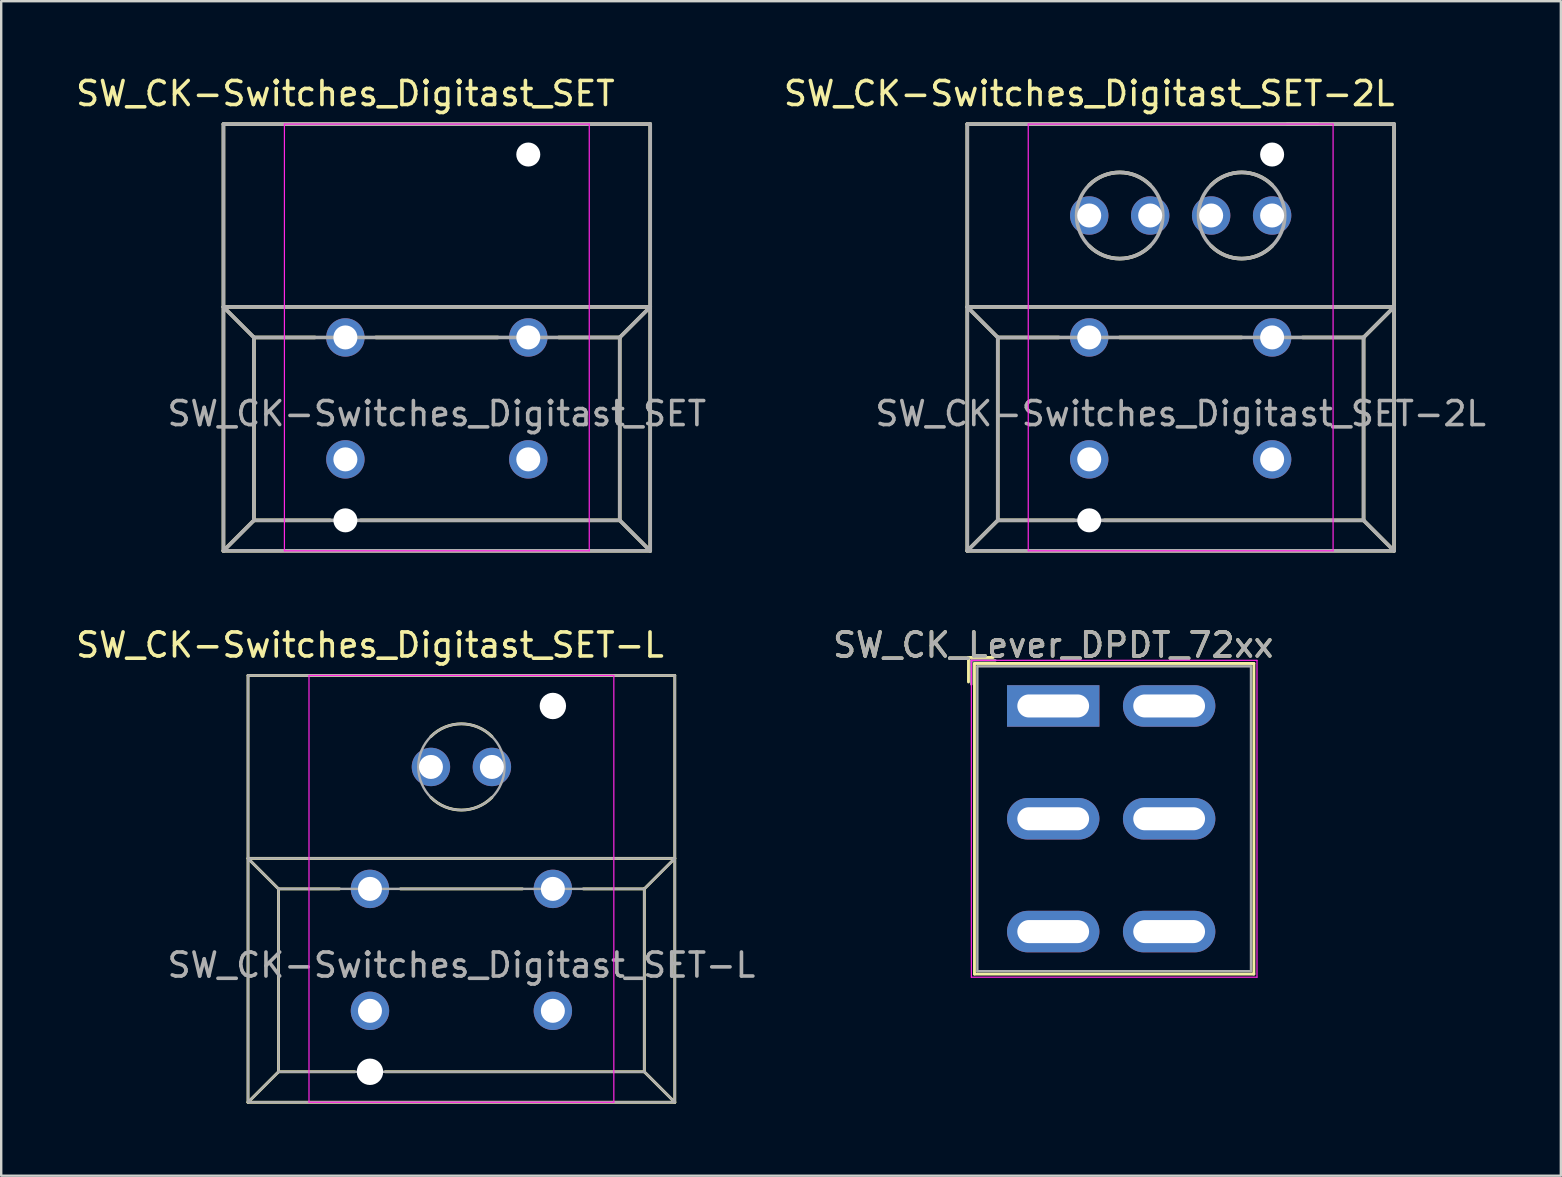
<source format=kicad_pcb>
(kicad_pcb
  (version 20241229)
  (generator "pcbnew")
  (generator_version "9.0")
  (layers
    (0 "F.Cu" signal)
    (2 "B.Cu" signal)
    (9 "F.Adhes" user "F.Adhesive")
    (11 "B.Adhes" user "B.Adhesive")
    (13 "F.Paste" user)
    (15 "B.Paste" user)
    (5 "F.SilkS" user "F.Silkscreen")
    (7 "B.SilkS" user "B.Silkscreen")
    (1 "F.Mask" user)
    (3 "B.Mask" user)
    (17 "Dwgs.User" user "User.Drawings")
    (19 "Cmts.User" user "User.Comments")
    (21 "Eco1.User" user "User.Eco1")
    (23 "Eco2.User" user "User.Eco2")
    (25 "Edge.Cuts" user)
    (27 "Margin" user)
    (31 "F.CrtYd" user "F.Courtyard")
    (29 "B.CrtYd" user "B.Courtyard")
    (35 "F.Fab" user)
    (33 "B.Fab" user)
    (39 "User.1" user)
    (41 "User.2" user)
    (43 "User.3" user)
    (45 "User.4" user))
  (footprint "SW_CK_Lever_DPDT_72xx"
    (layer "F.Cu")
    (at 40.828 26.361)
    (property "Reference" "SW_CK_Lever_DPDT_72xx" (at 0 -2.54 180) (layer "F.SilkS") (effects (font (size 1 1) (thickness 0.15))))
    (attr through_hole)
    (fp_line (start -3.53 -2.02) (end -3.53 -1) (stroke (width 0.12) (type solid)) (layer "F.SilkS"))
    (fp_line (start -3.53 -2.02) (end -2.5 -2.02) (stroke (width 0.12) (type solid)) (layer "F.SilkS"))
    (fp_line (start -3.28 -1.77) (end -3.28 11.17) (stroke (width 0.12) (type solid)) (layer "F.SilkS"))
    (fp_line (start -3.28 -1.77) (end 8.36 -1.77) (stroke (width 0.12) (type solid)) (layer "F.SilkS"))
    (fp_line (start -3.28 11.17) (end 8.36 11.17) (stroke (width 0.12) (type solid)) (layer "F.SilkS"))
    (fp_line (start 8.36 -1.77) (end 8.36 11.17) (stroke (width 0.12) (type solid)) (layer "F.SilkS"))
    (fp_line (start -3.41 -1.9) (end -3.41 11.3) (stroke (width 0.05) (type solid)) (layer "F.CrtYd"))
    (fp_line (start -3.41 -1.9) (end 8.49 -1.9) (stroke (width 0.05) (type solid)) (layer "F.CrtYd"))
    (fp_line (start -3.41 11.3) (end 8.49 11.3) (stroke (width 0.05) (type solid)) (layer "F.CrtYd"))
    (fp_line (start 8.49 -1.9) (end 8.49 11.3) (stroke (width 0.05) (type solid)) (layer "F.CrtYd"))
    (fp_line (start -3.41 -1.9) (end -3.41 -0.9) (stroke (width 0.1) (type solid)) (layer "F.Fab"))
    (fp_line (start -3.41 -1.9) (end -2.41 -1.9) (stroke (width 0.1) (type solid)) (layer "F.Fab"))
    (fp_line (start -3.16 -1.65) (end -3.16 11.05) (stroke (width 0.1) (type solid)) (layer "F.Fab"))
    (fp_line (start -3.16 -1.65) (end 8.24 -1.65) (stroke (width 0.1) (type solid)) (layer "F.Fab"))
    (fp_line (start -3.16 11.05) (end 8.24 11.05) (stroke (width 0.1) (type solid)) (layer "F.Fab"))
    (fp_line (start 8.24 -1.65) (end 8.24 11.05) (stroke (width 0.1) (type solid)) (layer "F.Fab"))
    (fp_text user "${REFERENCE}" (at 0 -2.54 180) (layer "F.Fab") (effects (font (size 1 1) (thickness 0.15))))
    (pad "1" thru_hole rect (at 0 0) (size 3.85 1.73) (drill oval 2.99 0.96) (layers "*.Cu" "*.Mask"))
    (pad "2" thru_hole oval (at 0 4.7) (size 3.85 1.73) (drill oval 2.99 0.96) (layers "*.Cu" "*.Mask"))
    (pad "3" thru_hole oval (at 0 9.4) (size 3.85 1.73) (drill oval 2.99 0.96) (layers "*.Cu" "*.Mask"))
    (pad "4" thru_hole oval (at 4.83 0) (size 3.85 1.73) (drill oval 2.99 0.96) (layers "*.Cu" "*.Mask"))
    (pad "5" thru_hole oval (at 4.83 4.7) (size 3.85 1.73) (drill oval 2.99 0.96) (layers "*.Cu" "*.Mask"))
    (pad "6" thru_hole oval (at 4.83 9.4) (size 3.85 1.73) (drill oval 2.99 0.96) (layers "*.Cu" "*.Mask")))
  (footprint "SW_CK-Switches_Digitast_SET-L"
    (layer "F.Cu")
    (at 19.983 39.062)
    (property "Reference" "SW_CK-Switches_Digitast_SET-L" (at -7.62 -15.24 0) (layer "F.SilkS") (effects (font (size 1 1) (thickness 0.15))))
    (attr through_hole)
    (fp_line (start -12.7 -13.97) (end -12.7 3.81) (stroke (width 0.12) (type solid)) (layer "F.SilkS"))
    (fp_line (start -12.7 -6.35) (end 5.08 -6.35) (stroke (width 0.12) (type solid)) (layer "F.SilkS"))
    (fp_line (start -12.7 3.81) (end 5.08 3.81) (stroke (width 0.12) (type solid)) (layer "F.SilkS"))
    (fp_line (start -11.43 -5.08) (end -12.7 -6.35) (stroke (width 0.12) (type solid)) (layer "F.SilkS"))
    (fp_line (start -11.43 -5.08) (end -11.43 2.54) (stroke (width 0.12) (type solid)) (layer "F.SilkS"))
    (fp_line (start -11.43 2.54) (end -12.7 3.81) (stroke (width 0.12) (type solid)) (layer "F.SilkS"))
    (fp_line (start -11.43 2.54) (end -8.255 2.54) (stroke (width 0.12) (type solid)) (layer "F.SilkS"))
    (fp_line (start -8.89 -5.08) (end -11.43 -5.08) (stroke (width 0.12) (type solid)) (layer "F.SilkS"))
    (fp_line (start -6.985 2.54) (end 3.81 2.54) (stroke (width 0.12) (type solid)) (layer "F.SilkS"))
    (fp_line (start -1.27 -5.08) (end -6.35 -5.08) (stroke (width 0.12) (type solid)) (layer "F.SilkS"))
    (fp_line (start 1.27 -5.08) (end 3.81 -5.08) (stroke (width 0.12) (type solid)) (layer "F.SilkS"))
    (fp_line (start 3.81 -5.08) (end 5.08 -6.35) (stroke (width 0.12) (type solid)) (layer "F.SilkS"))
    (fp_line (start 3.81 2.54) (end 3.81 -5.08) (stroke (width 0.12) (type solid)) (layer "F.SilkS"))
    (fp_line (start 3.81 2.54) (end 5.08 3.81) (stroke (width 0.12) (type solid)) (layer "F.SilkS"))
    (fp_line (start 5.08 -13.97) (end -12.7 -13.97) (stroke (width 0.12) (type solid)) (layer "F.SilkS"))
    (fp_line (start 5.08 3.81) (end 5.08 -13.97) (stroke (width 0.12) (type solid)) (layer "F.SilkS"))
    (fp_arc (start -5.08 -11.43) (mid -3.81 -11.956051) (end -2.54 -11.43) (stroke (width 0.12) (type solid)) (layer "F.SilkS"))
    (fp_arc (start -2.54 -8.89) (mid -3.81 -8.363949) (end -5.08 -8.89) (stroke (width 0.12) (type solid)) (layer "F.SilkS"))
    (fp_line (start -10.16 -13.97) (end 2.54 -13.97) (stroke (width 0.05) (type solid)) (layer "F.CrtYd"))
    (fp_line (start -10.16 3.81) (end -10.16 -13.97) (stroke (width 0.05) (type solid)) (layer "F.CrtYd"))
    (fp_line (start 2.54 -13.97) (end 2.54 3.81) (stroke (width 0.05) (type solid)) (layer "F.CrtYd"))
    (fp_line (start 2.54 3.81) (end -10.16 3.81) (stroke (width 0.05) (type solid)) (layer "F.CrtYd"))
    (fp_line (start -12.7 -13.97) (end -12.7 3.81) (stroke (width 0.1) (type solid)) (layer "F.Fab"))
    (fp_line (start -12.7 -6.35) (end -11.43 -5.08) (stroke (width 0.1) (type solid)) (layer "F.Fab"))
    (fp_line (start -12.7 -6.35) (end 5.08 -6.35) (stroke (width 0.1) (type solid)) (layer "F.Fab"))
    (fp_line (start -12.7 3.81) (end -11.43 2.54) (stroke (width 0.1) (type solid)) (layer "F.Fab"))
    (fp_line (start -12.7 3.81) (end 5.08 3.81) (stroke (width 0.1) (type solid)) (layer "F.Fab"))
    (fp_line (start -11.43 -5.08) (end -11.43 2.54) (stroke (width 0.1) (type solid)) (layer "F.Fab"))
    (fp_line (start -11.43 -5.08) (end 3.81 -5.08) (stroke (width 0.1) (type solid)) (layer "F.Fab"))
    (fp_line (start -11.43 2.54) (end 3.81 2.54) (stroke (width 0.1) (type solid)) (layer "F.Fab"))
    (fp_line (start 3.81 -5.08) (end 3.81 2.54) (stroke (width 0.1) (type solid)) (layer "F.Fab"))
    (fp_line (start 3.81 -5.08) (end 5.08 -6.35) (stroke (width 0.1) (type solid)) (layer "F.Fab"))
    (fp_line (start 3.81 2.54) (end 5.08 3.81) (stroke (width 0.1) (type solid)) (layer "F.Fab"))
    (fp_line (start 5.08 -13.97) (end -12.7 -13.97) (stroke (width 0.1) (type solid)) (layer "F.Fab"))
    (fp_line (start 5.08 3.81) (end 5.08 -13.97) (stroke (width 0.1) (type solid)) (layer "F.Fab"))
    (fp_circle (center -3.81 -10.16) (end -2.54 -8.89) (stroke (width 0.1) (type solid)) (fill no) (layer "F.Fab"))
    (fp_text user "${REFERENCE}" (at -3.81 -1.905 0) (layer "F.Fab") (effects (font (size 1 1) (thickness 0.15))))
    (pad "" np_thru_hole circle (at -7.62 2.54) (size 1.1 1.1) (drill 1.1) (layers "*.Cu" "*.Mask"))
    (pad "" np_thru_hole circle (at 0 -12.7) (size 1.1 1.1) (drill 1.1) (layers "*.Cu" "*.Mask"))
    (pad "1" thru_hole circle (at 0 0) (size 1.6 1.6) (drill 1) (layers "*.Cu" "*.Mask"))
    (pad "2" thru_hole circle (at -7.62 -5.08) (size 1.6 1.6) (drill 1) (layers "*.Cu" "*.Mask"))
    (pad "2" thru_hole circle (at 0 -5.08) (size 1.6 1.6) (drill 1) (layers "*.Cu" "*.Mask"))
    (pad "3" thru_hole circle (at -7.62 0) (size 1.6 1.6) (drill 1) (layers "*.Cu" "*.Mask"))
    (pad "A1" thru_hole circle (at -5.08 -10.16) (size 1.6 1.6) (drill 1) (layers "*.Cu" "*.Mask"))
    (pad "C1" thru_hole circle (at -2.54 -10.16) (size 1.6 1.6) (drill 1) (layers "*.Cu" "*.Mask")))
  (footprint "SW_CK-Switches_Digitast_SET"
    (layer "F.Cu")
    (at 18.959 16.088)
    (property "Reference" "SW_CK-Switches_Digitast_SET" (at -7.62 -15.24 0) (layer "F.SilkS") (effects (font (size 1 1) (thickness 0.15))))
    (attr through_hole)
    (fp_line (start -12.7 -13.97) (end -12.7 3.81) (stroke (width 0.15) (type solid)) (layer "F.SilkS"))
    (fp_line (start -12.7 -6.35) (end 5.08 -6.35) (stroke (width 0.15) (type solid)) (layer "F.SilkS"))
    (fp_line (start -12.7 3.81) (end 5.08 3.81) (stroke (width 0.15) (type solid)) (layer "F.SilkS"))
    (fp_line (start -11.43 -5.08) (end -12.7 -6.35) (stroke (width 0.15) (type solid)) (layer "F.SilkS"))
    (fp_line (start -11.43 -5.08) (end -11.43 2.54) (stroke (width 0.15) (type solid)) (layer "F.SilkS"))
    (fp_line (start -11.43 2.54) (end -12.7 3.81) (stroke (width 0.15) (type solid)) (layer "F.SilkS"))
    (fp_line (start -11.43 2.54) (end -8.255 2.54) (stroke (width 0.15) (type solid)) (layer "F.SilkS"))
    (fp_line (start -8.89 -5.08) (end -11.43 -5.08) (stroke (width 0.15) (type solid)) (layer "F.SilkS"))
    (fp_line (start -6.985 2.54) (end 3.81 2.54) (stroke (width 0.15) (type solid)) (layer "F.SilkS"))
    (fp_line (start -1.27 -5.08) (end -6.35 -5.08) (stroke (width 0.15) (type solid)) (layer "F.SilkS"))
    (fp_line (start 1.27 -5.08) (end 3.81 -5.08) (stroke (width 0.15) (type solid)) (layer "F.SilkS"))
    (fp_line (start 3.81 -5.08) (end 5.08 -6.35) (stroke (width 0.15) (type solid)) (layer "F.SilkS"))
    (fp_line (start 3.81 2.54) (end 3.81 -5.08) (stroke (width 0.15) (type solid)) (layer "F.SilkS"))
    (fp_line (start 3.81 2.54) (end 5.08 3.81) (stroke (width 0.15) (type solid)) (layer "F.SilkS"))
    (fp_line (start 5.08 -13.97) (end -12.7 -13.97) (stroke (width 0.15) (type solid)) (layer "F.SilkS"))
    (fp_line (start 5.08 3.81) (end 5.08 -13.97) (stroke (width 0.15) (type solid)) (layer "F.SilkS"))
    (fp_line (start -10.16 -13.97) (end -10.16 3.81) (stroke (width 0.05) (type solid)) (layer "F.CrtYd"))
    (fp_line (start -10.16 3.81) (end 2.54 3.81) (stroke (width 0.05) (type solid)) (layer "F.CrtYd"))
    (fp_line (start 2.54 -13.97) (end -10.16 -13.97) (stroke (width 0.05) (type solid)) (layer "F.CrtYd"))
    (fp_line (start 2.54 3.81) (end 2.54 -13.97) (stroke (width 0.05) (type solid)) (layer "F.CrtYd"))
    (fp_line (start -12.7 -13.97) (end -12.7 3.81) (stroke (width 0.15) (type solid)) (layer "F.Fab"))
    (fp_line (start -12.7 -6.35) (end -11.43 -5.08) (stroke (width 0.15) (type solid)) (layer "F.Fab"))
    (fp_line (start -12.7 -6.35) (end 5.08 -6.35) (stroke (width 0.15) (type solid)) (layer "F.Fab"))
    (fp_line (start -12.7 3.81) (end -11.43 2.54) (stroke (width 0.15) (type solid)) (layer "F.Fab"))
    (fp_line (start -12.7 3.81) (end 5.08 3.81) (stroke (width 0.15) (type solid)) (layer "F.Fab"))
    (fp_line (start -11.43 -5.08) (end -11.43 2.54) (stroke (width 0.15) (type solid)) (layer "F.Fab"))
    (fp_line (start -11.43 -5.08) (end 3.81 -5.08) (stroke (width 0.15) (type solid)) (layer "F.Fab"))
    (fp_line (start -11.43 2.54) (end 3.81 2.54) (stroke (width 0.15) (type solid)) (layer "F.Fab"))
    (fp_line (start 3.81 -5.08) (end 3.81 2.54) (stroke (width 0.15) (type solid)) (layer "F.Fab"))
    (fp_line (start 3.81 -5.08) (end 5.08 -6.35) (stroke (width 0.15) (type solid)) (layer "F.Fab"))
    (fp_line (start 3.81 2.54) (end 5.08 3.81) (stroke (width 0.15) (type solid)) (layer "F.Fab"))
    (fp_line (start 5.08 -13.97) (end -12.7 -13.97) (stroke (width 0.15) (type solid)) (layer "F.Fab"))
    (fp_line (start 5.08 3.81) (end 5.08 -13.97) (stroke (width 0.15) (type solid)) (layer "F.Fab"))
    (fp_text user "${REFERENCE}" (at -3.81 -1.905 0) (layer "F.Fab") (effects (font (size 1 1) (thickness 0.15))))
    (pad "" np_thru_hole circle (at -7.62 2.54) (size 1 1) (drill 1) (layers "*.Cu" "*.Mask"))
    (pad "" np_thru_hole circle (at 0 -12.7) (size 1 1) (drill 1) (layers "*.Cu" "*.Mask"))
    (pad "1" thru_hole circle (at 0 0) (size 1.6 1.6) (drill 1) (layers "*.Cu" "*.Mask"))
    (pad "2" thru_hole circle (at -7.62 -5.08) (size 1.6 1.6) (drill 1) (layers "*.Cu" "*.Mask"))
    (pad "2" thru_hole circle (at 0 -5.08) (size 1.6 1.6) (drill 1) (layers "*.Cu" "*.Mask"))
    (pad "3" thru_hole circle (at -7.62 0) (size 1.6 1.6) (drill 1) (layers "*.Cu" "*.Mask")))
  (footprint "SW_CK-Switches_Digitast_SET-2L"
    (layer "F.Cu")
    (at 49.948 16.088)
    (property "Reference" "SW_CK-Switches_Digitast_SET-2L" (at -7.62 -15.24 0) (layer "F.SilkS") (effects (font (size 1 1) (thickness 0.15))))
    (attr through_hole)
    (fp_line (start -12.7 -13.97) (end -12.7 3.81) (stroke (width 0.15) (type solid)) (layer "F.SilkS"))
    (fp_line (start -12.7 -6.35) (end 5.08 -6.35) (stroke (width 0.15) (type solid)) (layer "F.SilkS"))
    (fp_line (start -12.7 3.81) (end 5.08 3.81) (stroke (width 0.15) (type solid)) (layer "F.SilkS"))
    (fp_line (start -11.43 -5.08) (end -12.7 -6.35) (stroke (width 0.15) (type solid)) (layer "F.SilkS"))
    (fp_line (start -11.43 -5.08) (end -11.43 2.54) (stroke (width 0.15) (type solid)) (layer "F.SilkS"))
    (fp_line (start -11.43 2.54) (end -12.7 3.81) (stroke (width 0.15) (type solid)) (layer "F.SilkS"))
    (fp_line (start -11.43 2.54) (end -8.255 2.54) (stroke (width 0.15) (type solid)) (layer "F.SilkS"))
    (fp_line (start -8.89 -5.08) (end -11.43 -5.08) (stroke (width 0.15) (type solid)) (layer "F.SilkS"))
    (fp_line (start -6.985 2.54) (end 3.81 2.54) (stroke (width 0.15) (type solid)) (layer "F.SilkS"))
    (fp_line (start -1.27 -5.08) (end -6.35 -5.08) (stroke (width 0.15) (type solid)) (layer "F.SilkS"))
    (fp_line (start 1.27 -5.08) (end 3.81 -5.08) (stroke (width 0.15) (type solid)) (layer "F.SilkS"))
    (fp_line (start 1.905 -13.97) (end 0.635 -13.97) (stroke (width 0.15) (type solid)) (layer "F.SilkS"))
    (fp_line (start 3.81 -5.08) (end 5.08 -6.35) (stroke (width 0.15) (type solid)) (layer "F.SilkS"))
    (fp_line (start 3.81 2.54) (end 3.81 -5.08) (stroke (width 0.15) (type solid)) (layer "F.SilkS"))
    (fp_line (start 3.81 2.54) (end 5.08 3.81) (stroke (width 0.15) (type solid)) (layer "F.SilkS"))
    (fp_line (start 5.08 -13.97) (end -12.7 -13.97) (stroke (width 0.15) (type solid)) (layer "F.SilkS"))
    (fp_line (start 5.08 3.81) (end 5.08 -13.97) (stroke (width 0.15) (type solid)) (layer "F.SilkS"))
    (fp_arc (start -7.62 -11.43) (mid -6.35 -11.956051) (end -5.08 -11.43) (stroke (width 0.15) (type solid)) (layer "F.SilkS"))
    (fp_arc (start -5.08 -8.89) (mid -6.35 -8.363949) (end -7.62 -8.89) (stroke (width 0.15) (type solid)) (layer "F.SilkS"))
    (fp_arc (start -2.54 -11.43) (mid -1.27 -11.956051) (end 0 -11.43) (stroke (width 0.15) (type solid)) (layer "F.SilkS"))
    (fp_arc (start 0 -8.89) (mid -1.27 -8.363949) (end -2.54 -8.89) (stroke (width 0.15) (type solid)) (layer "F.SilkS"))
    (fp_line (start -10.16 -13.97) (end 2.54 -13.97) (stroke (width 0.05) (type solid)) (layer "F.CrtYd"))
    (fp_line (start -10.16 3.81) (end -10.16 -13.97) (stroke (width 0.05) (type solid)) (layer "F.CrtYd"))
    (fp_line (start 2.54 -13.97) (end 2.54 3.81) (stroke (width 0.05) (type solid)) (layer "F.CrtYd"))
    (fp_line (start 2.54 3.81) (end -10.16 3.81) (stroke (width 0.05) (type solid)) (layer "F.CrtYd"))
    (fp_line (start -12.7 -13.97) (end -12.7 3.81) (stroke (width 0.15) (type solid)) (layer "F.Fab"))
    (fp_line (start -12.7 -6.35) (end -11.43 -5.08) (stroke (width 0.15) (type solid)) (layer "F.Fab"))
    (fp_line (start -12.7 -6.35) (end 5.08 -6.35) (stroke (width 0.15) (type solid)) (layer "F.Fab"))
    (fp_line (start -12.7 3.81) (end -11.43 2.54) (stroke (width 0.15) (type solid)) (layer "F.Fab"))
    (fp_line (start -12.7 3.81) (end 5.08 3.81) (stroke (width 0.15) (type solid)) (layer "F.Fab"))
    (fp_line (start -11.43 -5.08) (end -11.43 2.54) (stroke (width 0.15) (type solid)) (layer "F.Fab"))
    (fp_line (start -11.43 -5.08) (end 3.81 -5.08) (stroke (width 0.15) (type solid)) (layer "F.Fab"))
    (fp_line (start -11.43 2.54) (end 3.81 2.54) (stroke (width 0.15) (type solid)) (layer "F.Fab"))
    (fp_line (start 3.81 -5.08) (end 3.81 2.54) (stroke (width 0.15) (type solid)) (layer "F.Fab"))
    (fp_line (start 3.81 -5.08) (end 5.08 -6.35) (stroke (width 0.15) (type solid)) (layer "F.Fab"))
    (fp_line (start 3.81 2.54) (end 5.08 3.81) (stroke (width 0.15) (type solid)) (layer "F.Fab"))
    (fp_line (start 5.08 -13.97) (end -12.7 -13.97) (stroke (width 0.15) (type solid)) (layer "F.Fab"))
    (fp_line (start 5.08 3.81) (end 5.08 -13.97) (stroke (width 0.15) (type solid)) (layer "F.Fab"))
    (fp_circle (center -6.35 -10.16) (end -5.08 -8.89) (stroke (width 0.15) (type solid)) (fill no) (layer "F.Fab"))
    (fp_circle (center -1.27 -10.16) (end 0 -8.89) (stroke (width 0.15) (type solid)) (fill no) (layer "F.Fab"))
    (fp_text user "${REFERENCE}" (at -3.81 -1.905 0) (layer "F.Fab") (effects (font (size 1 1) (thickness 0.15))))
    (pad "" np_thru_hole circle (at -7.62 2.54) (size 1 1) (drill 1) (layers "*.Cu" "*.Mask"))
    (pad "" np_thru_hole circle (at 0 -12.7) (size 1 1) (drill 1) (layers "*.Cu" "*.Mask"))
    (pad "1" thru_hole circle (at 0 0) (size 1.6 1.6) (drill 1) (layers "*.Cu" "*.Mask"))
    (pad "2" thru_hole circle (at -7.62 -5.08) (size 1.6 1.6) (drill 1) (layers "*.Cu" "*.Mask"))
    (pad "2" thru_hole circle (at 0 -5.08) (size 1.6 1.6) (drill 1) (layers "*.Cu" "*.Mask"))
    (pad "3" thru_hole circle (at -7.62 0) (size 1.6 1.6) (drill 1) (layers "*.Cu" "*.Mask"))
    (pad "A1" thru_hole circle (at -7.62 -10.16) (size 1.6 1.6) (drill 1) (layers "*.Cu" "*.Mask"))
    (pad "A2" thru_hole circle (at 0 -10.16) (size 1.6 1.6) (drill 1) (layers "*.Cu" "*.Mask"))
    (pad "C1" thru_hole circle (at -5.08 -10.16) (size 1.6 1.6) (drill 1) (layers "*.Cu" "*.Mask"))
    (pad "C2" thru_hole circle (at -2.54 -10.16) (size 1.6 1.6) (drill 1) (layers "*.Cu" "*.Mask")))
  (gr_rect
    (start -3 -3)
    (end 61.977 45.931)
    (stroke (width 0.1) (type default))
    (fill no)
    (layer "Edge.Cuts")))
</source>
